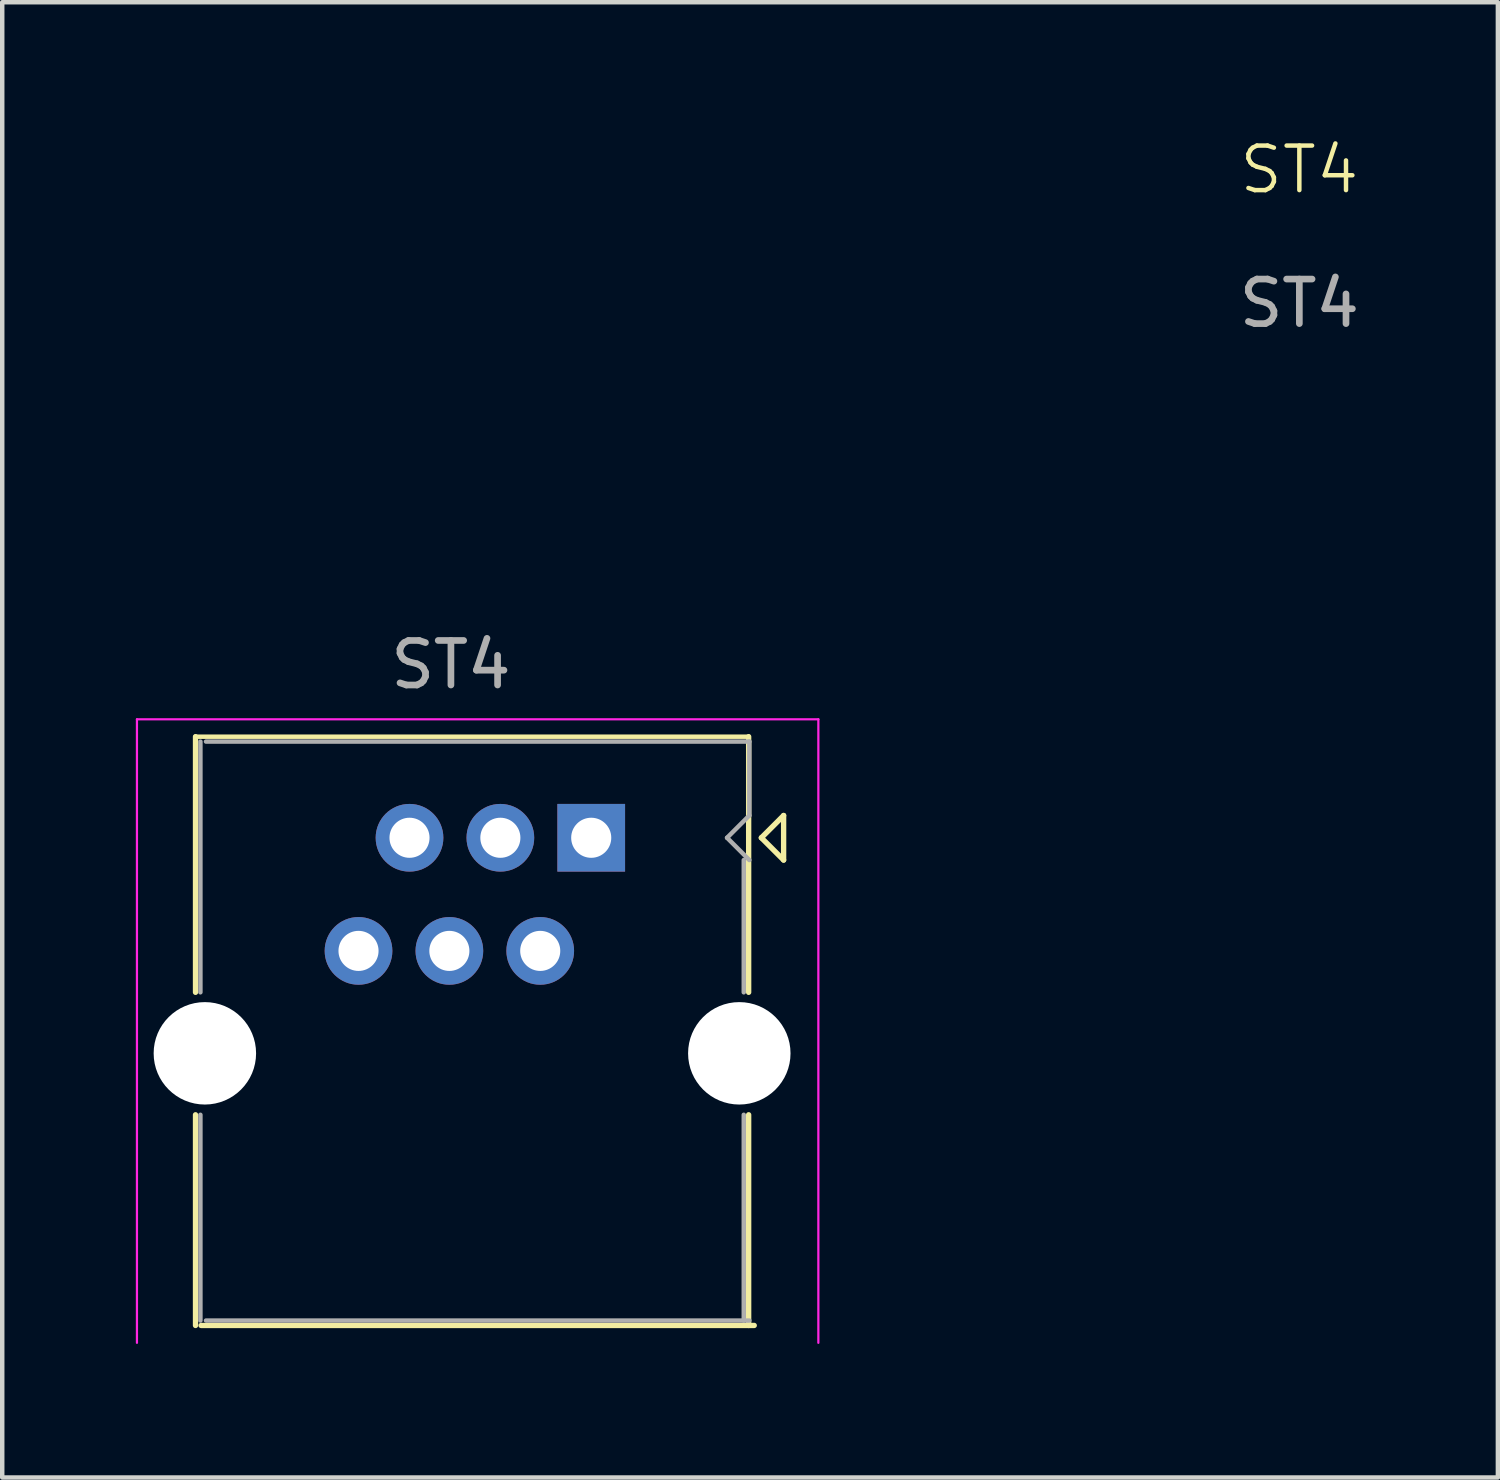
<source format=kicad_pcb>
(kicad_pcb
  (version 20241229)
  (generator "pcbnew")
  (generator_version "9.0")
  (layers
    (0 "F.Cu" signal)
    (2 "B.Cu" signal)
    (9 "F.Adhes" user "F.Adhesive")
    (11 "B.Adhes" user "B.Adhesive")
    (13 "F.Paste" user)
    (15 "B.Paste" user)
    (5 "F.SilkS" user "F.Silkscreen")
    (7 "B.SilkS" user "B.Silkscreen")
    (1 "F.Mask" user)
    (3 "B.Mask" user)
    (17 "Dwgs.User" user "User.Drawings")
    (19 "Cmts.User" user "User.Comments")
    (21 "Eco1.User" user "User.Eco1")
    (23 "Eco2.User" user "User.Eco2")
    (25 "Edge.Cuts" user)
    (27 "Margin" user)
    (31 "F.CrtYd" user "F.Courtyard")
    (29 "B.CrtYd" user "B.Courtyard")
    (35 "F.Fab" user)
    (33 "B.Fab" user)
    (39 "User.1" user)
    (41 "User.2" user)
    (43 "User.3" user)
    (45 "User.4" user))
  (footprint "ST4"
    (layer "F.Cu")
    (at 7.625 20.061)
    (property "Reference" "ST4" (at 18.5 -19.3 0) (unlocked yes) (layer "F.SilkS") (effects (font (size 1 1) (thickness 0.1))))
    (attr through_hole)
    (fp_line (start -6.285 -6.57) (end -6.285 -0.83) (stroke (width 0.12) (type solid)) (layer "F.SilkS"))
    (fp_line (start -6.285 -6.57) (end 6.135 -6.57) (stroke (width 0.1) (type default)) (layer "F.SilkS"))
    (fp_line (start -6.285 1.92) (end -6.285 6.65) (stroke (width 0.12) (type solid)) (layer "F.SilkS"))
    (fp_line (start -6.16 6.65) (end 6.26 6.65) (stroke (width 0.12) (type solid)) (layer "F.SilkS"))
    (fp_line (start 6.135 -6.57) (end 6.135 -0.83) (stroke (width 0.12) (type solid)) (layer "F.SilkS"))
    (fp_line (start 6.135 1.92) (end 6.135 6.65) (stroke (width 0.12) (type solid)) (layer "F.SilkS"))
    (fp_line (start 6.42 -4.3) (end 6.92 -3.8) (stroke (width 0.12) (type solid)) (layer "F.SilkS"))
    (fp_line (start 6.92 -4.8) (end 6.42 -4.3) (stroke (width 0.12) (type solid)) (layer "F.SilkS"))
    (fp_line (start 6.92 -4.8) (end 6.92 -3.8) (stroke (width 0.12) (type solid)) (layer "F.SilkS"))
    (fp_line (start -7.6 -6.96) (end -7.6 7.04) (stroke (width 0.05) (type solid)) (layer "F.CrtYd"))
    (fp_line (start -7.6 -6.96) (end 7.7 -6.96) (stroke (width 0.05) (type solid)) (layer "F.CrtYd"))
    (fp_line (start 7.7 7.04) (end 7.7 -6.96) (stroke (width 0.05) (type solid)) (layer "F.CrtYd"))
    (fp_line (start -6.175 -6.46) (end -6.175 -0.83) (stroke (width 0.1) (type solid)) (layer "F.Fab"))
    (fp_line (start -6.175 1.92) (end -6.175 6.54) (stroke (width 0.1) (type solid)) (layer "F.Fab"))
    (fp_line (start -6.05 -6.46) (end 6.15 -6.46) (stroke (width 0.1) (type solid)) (layer "F.Fab"))
    (fp_line (start -6.05 6.54) (end 6.15 6.54) (stroke (width 0.1) (type solid)) (layer "F.Fab"))
    (fp_line (start 5.65 -4.3) (end 6.15 -3.8) (stroke (width 0.1) (type solid)) (layer "F.Fab"))
    (fp_line (start 6.025 -3.8) (end 6.025 -0.83) (stroke (width 0.1) (type solid)) (layer "F.Fab"))
    (fp_line (start 6.025 1.92) (end 6.025 6.54) (stroke (width 0.1) (type solid)) (layer "F.Fab"))
    (fp_line (start 6.15 -6.46) (end 6.15 -4.8) (stroke (width 0.1) (type solid)) (layer "F.Fab"))
    (fp_line (start 6.15 -4.8) (end 5.65 -4.3) (stroke (width 0.1) (type solid)) (layer "F.Fab"))
    (fp_text user "${REFERENCE}" (at -0.55 -8.185 0) (unlocked yes) (layer "F.Fab") (effects (font (size 1 1) (thickness 0.15))))
    (fp_text user "${REFERENCE}" (at 18.5 -16.3 0) (unlocked yes) (layer "F.Fab") (effects (font (size 1 1) (thickness 0.15))))
    (pad "" np_thru_hole circle (at -6.075 0.54) (size 2.3 2.3) (drill 2.36) (layers "*.Cu" "*.Mask"))
    (pad "" np_thru_hole circle (at 5.925 0.54) (size 2.3 2.3) (drill 2.36) (layers "*.Cu" "*.Mask"))
    (pad "1" thru_hole rect (at 2.6 -4.3) (size 1.52 1.52) (drill 0.9) (layers "*.Cu" "*.Mask"))
    (pad "2" thru_hole circle (at 1.455 -1.76) (size 1.52 1.52) (drill 0.9) (layers "*.Cu" "*.Mask"))
    (pad "3" thru_hole circle (at 0.56 -4.3) (size 1.52 1.52) (drill 0.9) (layers "*.Cu" "*.Mask"))
    (pad "4" thru_hole circle (at -0.585 -1.76) (size 1.52 1.52) (drill 0.9) (layers "*.Cu" "*.Mask"))
    (pad "5" thru_hole circle (at -1.48 -4.3) (size 1.52 1.52) (drill 0.9) (layers "*.Cu" "*.Mask"))
    (pad "6" thru_hole circle (at -2.625 -1.76) (size 1.52 1.52) (drill 0.9) (layers "*.Cu" "*.Mask")))
  (gr_rect
    (start -3 -3)
    (end 30.583 30.125)
    (stroke (width 0.1) (type default))
    (fill no)
    (layer "Edge.Cuts")))
</source>
